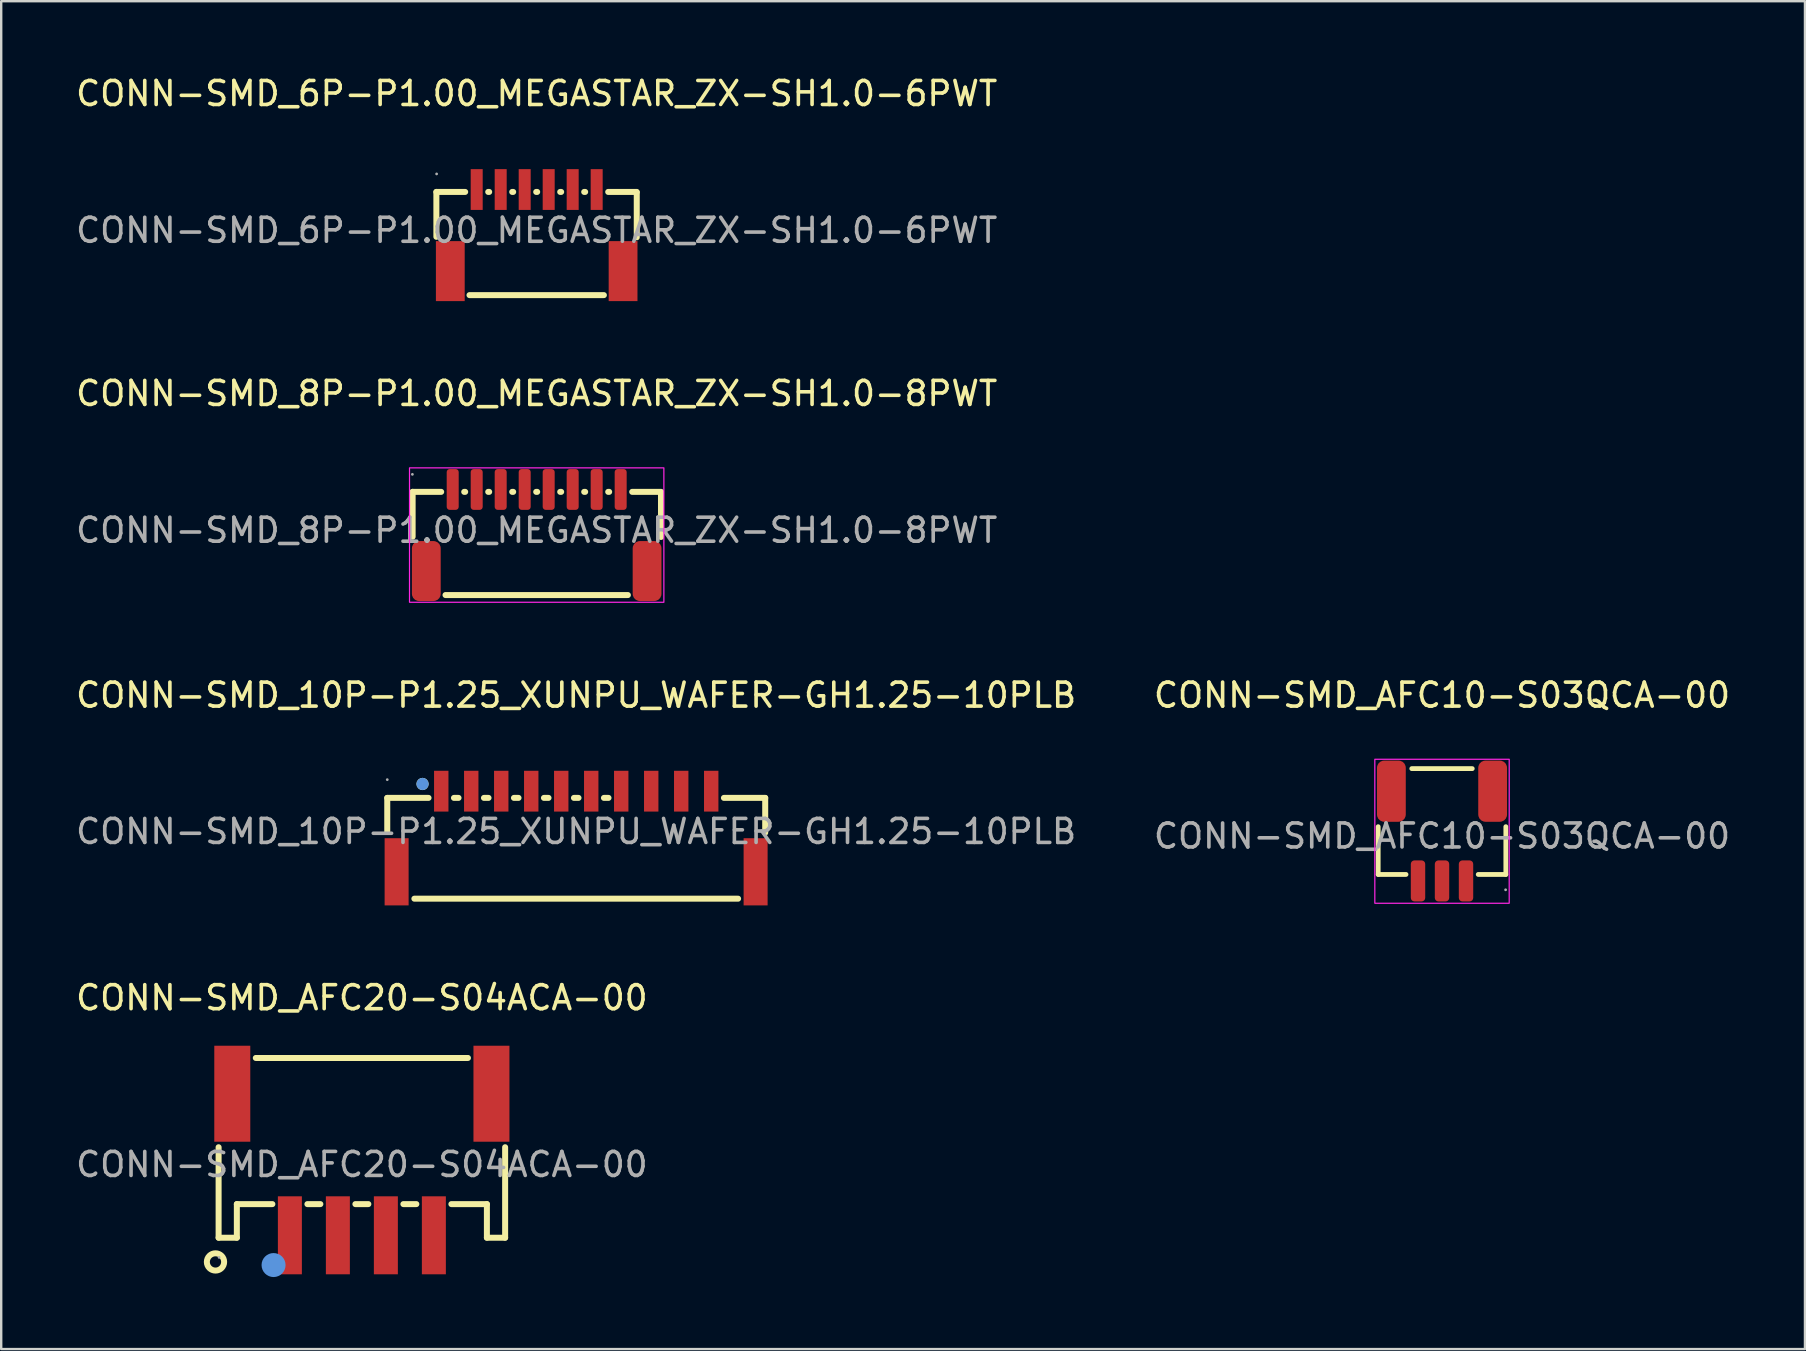
<source format=kicad_pcb>
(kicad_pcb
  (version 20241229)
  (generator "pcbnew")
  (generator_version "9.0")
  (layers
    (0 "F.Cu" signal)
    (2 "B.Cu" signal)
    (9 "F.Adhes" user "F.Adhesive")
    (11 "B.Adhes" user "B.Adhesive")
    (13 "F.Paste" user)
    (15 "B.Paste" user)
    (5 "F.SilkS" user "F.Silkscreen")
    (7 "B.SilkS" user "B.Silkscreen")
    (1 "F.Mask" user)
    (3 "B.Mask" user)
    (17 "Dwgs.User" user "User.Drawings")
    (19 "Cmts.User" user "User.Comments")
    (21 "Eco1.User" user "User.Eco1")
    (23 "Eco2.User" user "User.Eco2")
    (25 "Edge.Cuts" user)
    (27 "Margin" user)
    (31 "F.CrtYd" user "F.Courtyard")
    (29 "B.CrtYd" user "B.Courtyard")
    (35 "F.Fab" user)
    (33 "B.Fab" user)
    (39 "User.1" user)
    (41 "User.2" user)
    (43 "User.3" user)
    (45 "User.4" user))
  (footprint "CONN-SMD_AFC10-S03QCA-00"
    (layer "F.Cu")
    (at 57.042 31.79)
    (property "Reference" "CONN-SMD_AFC10-S03QCA-00" (at 0 -5.87 0) (layer "F.SilkS") (effects (font (size 1 1) (thickness 0.15))))
    (attr smd)
    (fp_line (start -2.66 1.6) (end -2.66 -0.39) (stroke (width 0.2) (type solid)) (layer "F.SilkS"))
    (fp_line (start -1.5 1.6) (end -2.66 1.6) (stroke (width 0.2) (type solid)) (layer "F.SilkS"))
    (fp_line (start 1.26 -2.81) (end -1.26 -2.81) (stroke (width 0.2) (type solid)) (layer "F.SilkS"))
    (fp_line (start 2.66 1.6) (end 1.51 1.6) (stroke (width 0.2) (type solid)) (layer "F.SilkS"))
    (fp_line (start 2.66 1.6) (end 2.66 -0.39) (stroke (width 0.2) (type solid)) (layer "F.SilkS"))
    (fp_rect (start -2.8 -3.2) (end 2.8 2.8) (stroke (width 0.05) (type default)) (fill no) (layer "F.CrtYd"))
    (fp_circle (center 2.65 2.24) (end 2.68 2.24) (stroke (width 0.06) (type solid)) (fill no) (layer "F.Fab"))
    (fp_text user "${REFERENCE}" (at 0 0 0) (layer "F.Fab") (effects (font (size 1 1) (thickness 0.15))))
    (pad "1" smd roundrect (at 1 1.87 180) (size 0.6 1.71) (layers "F.Cu" "F.Mask" "F.Paste") (roundrect_rratio 0.25))
    (pad "2" smd roundrect (at 0 1.87 180) (size 0.6 1.71) (layers "F.Cu" "F.Mask" "F.Paste") (roundrect_rratio 0.25))
    (pad "3" smd roundrect (at -1 1.87 180) (size 0.6 1.71) (layers "F.Cu" "F.Mask" "F.Paste") (roundrect_rratio 0.25))
    (pad "4" smd roundrect (at -2.11 -1.87 180) (size 1.2 2.55) (layers "F.Cu" "F.Mask" "F.Paste") (roundrect_rratio 0.25))
    (pad "5" smd roundrect (at 2.11 -1.87 180) (size 1.2 2.55) (layers "F.Cu" "F.Mask" "F.Paste") (roundrect_rratio 0.25)))
  (footprint "CONN-SMD_10P-P1.25_XUNPU_WAFER-GH1.25-10PLB"
    (layer "F.Cu")
    (at 20.958 31.6)
    (property "Reference" "CONN-SMD_10P-P1.25_XUNPU_WAFER-GH1.25-10PLB" (at 0 -5.68 0) (layer "F.SilkS") (effects (font (size 1 1) (thickness 0.15))))
    (attr through_hole)
    (fp_line (start -7.87 -1.4) (end -6.15 -1.4) (stroke (width 0.25) (type solid)) (layer "F.SilkS"))
    (fp_line (start -7.87 0) (end -7.87 -1.4) (stroke (width 0.25) (type solid)) (layer "F.SilkS"))
    (fp_line (start -6.74 2.8) (end 6.75 2.8) (stroke (width 0.25) (type solid)) (layer "F.SilkS"))
    (fp_line (start -4.9 -1.4) (end -5.09 -1.4) (stroke (width 0.25) (type solid)) (layer "F.SilkS"))
    (fp_line (start -3.65 -1.4) (end -3.84 -1.4) (stroke (width 0.25) (type solid)) (layer "F.SilkS"))
    (fp_line (start -2.4 -1.4) (end -2.59 -1.4) (stroke (width 0.25) (type solid)) (layer "F.SilkS"))
    (fp_line (start -1.15 -1.4) (end -1.34 -1.4) (stroke (width 0.25) (type solid)) (layer "F.SilkS"))
    (fp_line (start 0.1 -1.4) (end -0.09 -1.4) (stroke (width 0.25) (type solid)) (layer "F.SilkS"))
    (fp_line (start 1.35 -1.4) (end 1.16 -1.4) (stroke (width 0.25) (type solid)) (layer "F.SilkS"))
    (fp_line (start 6.16 -1.4) (end 7.88 -1.4) (stroke (width 0.25) (type solid)) (layer "F.SilkS"))
    (fp_line (start 7.88 -1.4) (end 7.88 0.05) (stroke (width 0.25) (type solid)) (layer "F.SilkS"))
    (fp_circle (center -6.4 -1.98) (end -6.27 -1.98) (stroke (width 0.25) (type solid)) (fill no) (layer "F.SilkS"))
    (fp_circle (center -6.4 -1.98) (end -6.27 -1.98) (stroke (width 0.25) (type solid)) (fill no) (layer "Cmts.User"))
    (fp_circle (center -7.87 -2.16) (end -7.84 -2.16) (stroke (width 0.06) (type solid)) (fill no) (layer "F.Fab"))
    (fp_text user "${REFERENCE}" (at 0 0 0) (layer "F.Fab") (effects (font (size 1 1) (thickness 0.15))))
    (pad "1" smd rect (at -5.62 -1.68) (size 0.6 1.7) (layers "F.Cu" "F.Mask" "F.Paste"))
    (pad "2" smd rect (at -4.37 -1.68) (size 0.6 1.7) (layers "F.Cu" "F.Mask" "F.Paste"))
    (pad "3" smd rect (at -3.12 -1.68) (size 0.6 1.7) (layers "F.Cu" "F.Mask" "F.Paste"))
    (pad "4" smd rect (at -1.87 -1.68) (size 0.6 1.7) (layers "F.Cu" "F.Mask" "F.Paste"))
    (pad "5" smd rect (at -0.62 -1.68) (size 0.6 1.7) (layers "F.Cu" "F.Mask" "F.Paste"))
    (pad "6" smd rect (at 0.63 -1.68) (size 0.6 1.7) (layers "F.Cu" "F.Mask" "F.Paste"))
    (pad "7" smd rect (at 1.88 -1.68) (size 0.6 1.7) (layers "F.Cu" "F.Mask" "F.Paste"))
    (pad "8" smd rect (at 3.13 -1.68) (size 0.6 1.7) (layers "F.Cu" "F.Mask" "F.Paste"))
    (pad "9" smd rect (at 4.38 -1.68) (size 0.6 1.7) (layers "F.Cu" "F.Mask" "F.Paste"))
    (pad "10" smd rect (at 5.63 -1.68) (size 0.6 1.7) (layers "F.Cu" "F.Mask" "F.Paste"))
    (pad "11" smd rect (at -7.48 1.68) (size 1 2.8) (layers "F.Cu" "F.Mask" "F.Paste"))
    (pad "12" smd rect (at 7.48 1.68) (size 1 2.8) (layers "F.Cu" "F.Mask" "F.Paste")))
  (footprint "CONN-SMD_AFC20-S04ACA-00"
    (layer "F.Cu")
    (at 12.03 45.478)
    (property "Reference" "CONN-SMD_AFC20-S04ACA-00" (at 0 -6.95 0) (layer "F.SilkS") (effects (font (size 1 1) (thickness 0.15))))
    (attr smd)
    (fp_line (start -5.97 3.05) (end -5.97 -0.72) (stroke (width 0.25) (type solid)) (layer "F.SilkS"))
    (fp_line (start -5.21 1.65) (end -5.21 3.05) (stroke (width 0.25) (type solid)) (layer "F.SilkS"))
    (fp_line (start -5.21 3.05) (end -5.97 3.05) (stroke (width 0.25) (type solid)) (layer "F.SilkS"))
    (fp_line (start -4.42 -4.44) (end 4.42 -4.44) (stroke (width 0.25) (type solid)) (layer "F.SilkS"))
    (fp_line (start -3.73 1.65) (end -5.21 1.65) (stroke (width 0.25) (type solid)) (layer "F.SilkS"))
    (fp_line (start -1.73 1.65) (end -2.27 1.65) (stroke (width 0.25) (type solid)) (layer "F.SilkS"))
    (fp_line (start 0.27 1.65) (end -0.27 1.65) (stroke (width 0.25) (type solid)) (layer "F.SilkS"))
    (fp_line (start 2.27 1.65) (end 1.73 1.65) (stroke (width 0.25) (type solid)) (layer "F.SilkS"))
    (fp_line (start 5.21 1.65) (end 3.73 1.65) (stroke (width 0.25) (type solid)) (layer "F.SilkS"))
    (fp_line (start 5.21 3.05) (end 5.21 1.65) (stroke (width 0.25) (type solid)) (layer "F.SilkS"))
    (fp_line (start 5.97 -0.72) (end 5.97 3.05) (stroke (width 0.25) (type solid)) (layer "F.SilkS"))
    (fp_line (start 5.97 3.05) (end 5.21 3.05) (stroke (width 0.25) (type solid)) (layer "F.SilkS"))
    (fp_circle (center -6.1 4.06) (end -5.74 4.06) (stroke (width 0.25) (type solid)) (fill no) (layer "F.SilkS"))
    (fp_circle (center -3.68 4.19) (end -3.43 4.19) (stroke (width 0.5) (type solid)) (fill no) (layer "Cmts.User"))
    (fp_circle (center -5.95 3.87) (end -5.92 3.87) (stroke (width 0.06) (type solid)) (fill no) (layer "F.Fab"))
    (fp_text user "${REFERENCE}" (at 0 0 0) (layer "F.Fab") (effects (font (size 1 1) (thickness 0.15))))
    (pad "1" smd rect (at -3 2.95) (size 1 3.25) (layers "F.Cu" "F.Mask" "F.Paste"))
    (pad "2" smd rect (at -1 2.95) (size 1 3.25) (layers "F.Cu" "F.Mask" "F.Paste"))
    (pad "3" smd rect (at 1 2.95) (size 1 3.25) (layers "F.Cu" "F.Mask" "F.Paste"))
    (pad "4" smd rect (at 3 2.95) (size 1 3.25) (layers "F.Cu" "F.Mask" "F.Paste"))
    (pad "5" smd rect (at 5.4 -2.95) (size 1.5 4) (layers "F.Cu" "F.Mask" "F.Paste"))
    (pad "6" smd rect (at -5.4 -2.95) (size 1.5 4) (layers "F.Cu" "F.Mask" "F.Paste")))
  (footprint "CONN-SMD_6P-P1.00_MEGASTAR_ZX-SH1.0-6PWT"
    (layer "F.Cu")
    (at 19.315 6.548)
    (property "Reference" "CONN-SMD_6P-P1.00_MEGASTAR_ZX-SH1.0-6PWT" (at 0 -5.7 0) (layer "F.SilkS") (effects (font (size 1 1) (thickness 0.15))))
    (attr smd)
    (fp_line (start -4.18 -1.6) (end -4.18 0.27) (stroke (width 0.25) (type solid)) (layer "F.SilkS"))
    (fp_line (start -2.98 -1.6) (end -4.18 -1.6) (stroke (width 0.25) (type solid)) (layer "F.SilkS"))
    (fp_line (start -2.8 2.7) (end 2.8 2.7) (stroke (width 0.25) (type solid)) (layer "F.SilkS"))
    (fp_line (start -2.02 -1.6) (end -1.98 -1.6) (stroke (width 0.25) (type solid)) (layer "F.SilkS"))
    (fp_line (start -1.02 -1.6) (end -0.98 -1.6) (stroke (width 0.25) (type solid)) (layer "F.SilkS"))
    (fp_line (start -0.02 -1.6) (end 0.02 -1.6) (stroke (width 0.25) (type solid)) (layer "F.SilkS"))
    (fp_line (start 0.98 -1.6) (end 1.02 -1.6) (stroke (width 0.25) (type solid)) (layer "F.SilkS"))
    (fp_line (start 1.98 -1.6) (end 2.02 -1.6) (stroke (width 0.25) (type solid)) (layer "F.SilkS"))
    (fp_line (start 2.98 -1.6) (end 4.17 -1.6) (stroke (width 0.25) (type solid)) (layer "F.SilkS"))
    (fp_line (start 4.17 -1.57) (end 4.17 0.29) (stroke (width 0.25) (type solid)) (layer "F.SilkS"))
    (fp_circle (center -4.17 -2.35) (end -4.14 -2.35) (stroke (width 0.06) (type solid)) (fill no) (layer "F.Fab"))
    (fp_text user "${REFERENCE}" (at 0 0 0) (layer "F.Fab") (effects (font (size 1 1) (thickness 0.15))))
    (pad "1" smd rect (at -2.5 -1.7) (size 0.5 1.7) (layers "F.Cu" "F.Mask" "F.Paste"))
    (pad "2" smd rect (at -1.5 -1.7) (size 0.5 1.7) (layers "F.Cu" "F.Mask" "F.Paste"))
    (pad "3" smd rect (at -0.5 -1.7) (size 0.5 1.7) (layers "F.Cu" "F.Mask" "F.Paste"))
    (pad "4" smd rect (at 0.5 -1.7) (size 0.5 1.7) (layers "F.Cu" "F.Mask" "F.Paste"))
    (pad "5" smd rect (at 1.5 -1.7) (size 0.5 1.7) (layers "F.Cu" "F.Mask" "F.Paste"))
    (pad "6" smd rect (at 2.5 -1.7) (size 0.5 1.7) (layers "F.Cu" "F.Mask" "F.Paste"))
    (pad "7" smd rect (at 3.6 1.7) (size 1.2 2.5) (layers "F.Cu" "F.Mask" "F.Paste"))
    (pad "8" smd rect (at -3.6 1.7) (size 1.2 2.5) (layers "F.Cu" "F.Mask" "F.Paste")))
  (footprint "CONN-SMD_8P-P1.00_MEGASTAR_ZX-SH1.0-8PWT"
    (layer "F.Cu")
    (at 19.315 19.047)
    (property "Reference" "CONN-SMD_8P-P1.00_MEGASTAR_ZX-SH1.0-8PWT" (at 0 -5.7 0) (layer "F.SilkS") (effects (font (size 1 1) (thickness 0.15))))
    (attr smd)
    (fp_line (start -5.17 -1.6) (end -5.17 0.27) (stroke (width 0.25) (type solid)) (layer "F.SilkS"))
    (fp_line (start -3.98 -1.6) (end -5.17 -1.6) (stroke (width 0.25) (type solid)) (layer "F.SilkS"))
    (fp_line (start -3.8 2.7) (end 3.8 2.7) (stroke (width 0.25) (type solid)) (layer "F.SilkS"))
    (fp_line (start -3.02 -1.6) (end -2.98 -1.6) (stroke (width 0.25) (type solid)) (layer "F.SilkS"))
    (fp_line (start -2.02 -1.6) (end -1.98 -1.6) (stroke (width 0.25) (type solid)) (layer "F.SilkS"))
    (fp_line (start -1.02 -1.6) (end -0.98 -1.6) (stroke (width 0.25) (type solid)) (layer "F.SilkS"))
    (fp_line (start -0.02 -1.6) (end 0.02 -1.6) (stroke (width 0.25) (type solid)) (layer "F.SilkS"))
    (fp_line (start 0.98 -1.6) (end 1.02 -1.6) (stroke (width 0.25) (type solid)) (layer "F.SilkS"))
    (fp_line (start 1.98 -1.6) (end 2.02 -1.6) (stroke (width 0.25) (type solid)) (layer "F.SilkS"))
    (fp_line (start 2.98 -1.6) (end 3.02 -1.6) (stroke (width 0.25) (type solid)) (layer "F.SilkS"))
    (fp_line (start 3.98 -1.6) (end 5.18 -1.6) (stroke (width 0.25) (type solid)) (layer "F.SilkS"))
    (fp_line (start 5.18 -1.58) (end 5.18 0.28) (stroke (width 0.25) (type solid)) (layer "F.SilkS"))
    (fp_rect (start -5.3 -2.6) (end 5.3 3) (stroke (width 0.05) (type default)) (fill no) (layer "F.CrtYd"))
    (fp_circle (center -5.18 -2.33) (end -5.15 -2.33) (stroke (width 0.06) (type solid)) (fill no) (layer "F.Fab"))
    (fp_text user "${REFERENCE}" (at 0 0 0) (layer "F.Fab") (effects (font (size 1 1) (thickness 0.15))))
    (pad "1" smd roundrect (at -3.5 -1.7) (size 0.5 1.7) (layers "F.Cu" "F.Mask" "F.Paste") (roundrect_rratio 0.25))
    (pad "2" smd roundrect (at -2.5 -1.7) (size 0.5 1.7) (layers "F.Cu" "F.Mask" "F.Paste") (roundrect_rratio 0.25))
    (pad "3" smd roundrect (at -1.5 -1.7) (size 0.5 1.7) (layers "F.Cu" "F.Mask" "F.Paste") (roundrect_rratio 0.25))
    (pad "4" smd roundrect (at -0.5 -1.7) (size 0.5 1.7) (layers "F.Cu" "F.Mask" "F.Paste") (roundrect_rratio 0.25))
    (pad "5" smd roundrect (at 0.5 -1.7) (size 0.5 1.7) (layers "F.Cu" "F.Mask" "F.Paste") (roundrect_rratio 0.25))
    (pad "6" smd roundrect (at 1.5 -1.7) (size 0.5 1.7) (layers "F.Cu" "F.Mask" "F.Paste") (roundrect_rratio 0.25))
    (pad "7" smd roundrect (at 2.5 -1.7) (size 0.5 1.7) (layers "F.Cu" "F.Mask" "F.Paste") (roundrect_rratio 0.25))
    (pad "8" smd roundrect (at 3.5 -1.7) (size 0.5 1.7) (layers "F.Cu" "F.Mask" "F.Paste") (roundrect_rratio 0.25))
    (pad "9" smd roundrect (at 4.6 1.7) (size 1.2 2.5) (layers "F.Cu" "F.Mask" "F.Paste") (roundrect_rratio 0.25))
    (pad "10" smd roundrect (at -4.6 1.7) (size 1.2 2.5) (layers "F.Cu" "F.Mask" "F.Paste") (roundrect_rratio 0.25)))
  (gr_rect
    (start -3 -3)
    (end 72.167 53.168)
    (stroke (width 0.1) (type default))
    (fill no)
    (layer "Edge.Cuts")))
</source>
